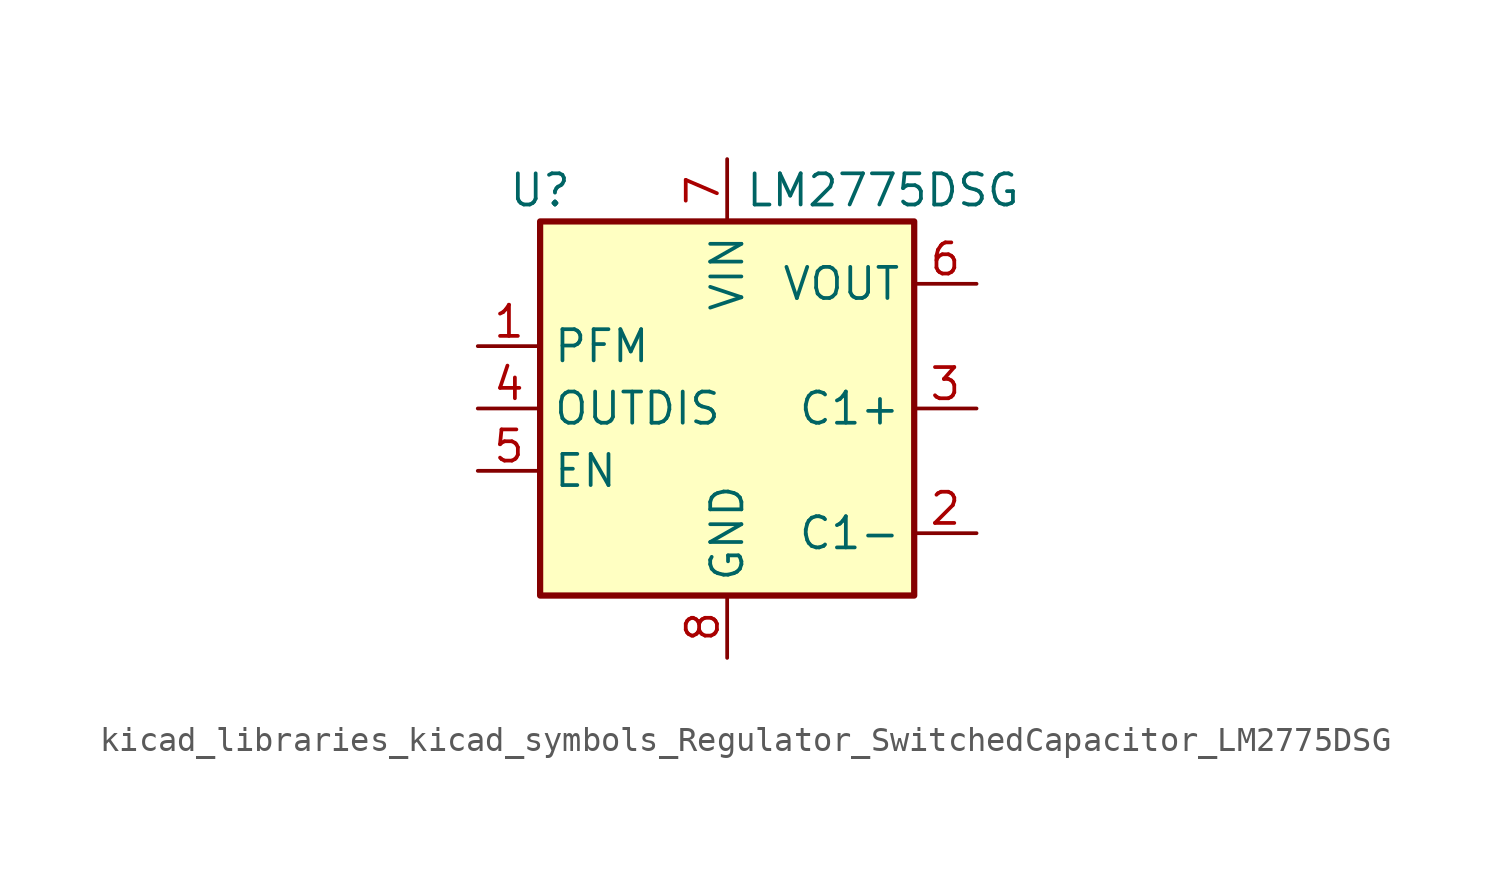
<source format=kicad_sym>
(kicad_symbol_lib
  (version 20220914)
  (generator kicad_symbol_editor)
  (symbol "kicad_libraries_kicad_symbols_Regulator_SwitchedCapacitor_LM2775DSG"
    (property "Reference" "U"
      (at -7.62 8.89 0)
      (effects (font (size 1.27 1.27))))
    (property "Value" "LM2775DSG"
      (at 6.35 8.89 0)
      (effects (font (size 1.27 1.27))))
    (symbol "kicad_libraries_kicad_symbols_Regulator_SwitchedCapacitor_LM2775DSG_0_1"
      (rectangle (start -7.62 7.62) (end 7.62 -7.62) (stroke (width 0.254) (type default)) (fill (type background))))
    (symbol "kicad_libraries_kicad_symbols_Regulator_SwitchedCapacitor_LM2775DSG_1_1"
      (pin input line (at -10.16 2.54 0) (length 2.54) (name "PFM" (effects (font (size 1.27 1.27)))) (number "1" (effects (font (size 1.27 1.27)))))
      (pin passive line (at 10.16 -5.08 180) (length 2.54) (name "C1-" (effects (font (size 1.27 1.27)))) (number "2" (effects (font (size 1.27 1.27)))))
      (pin passive line (at 10.16 0 180) (length 2.54) (name "C1+" (effects (font (size 1.27 1.27)))) (number "3" (effects (font (size 1.27 1.27)))))
      (pin input line (at -10.16 0 0) (length 2.54) (name "OUTDIS" (effects (font (size 1.27 1.27)))) (number "4" (effects (font (size 1.27 1.27)))))
      (pin input line (at -10.16 -2.54 0) (length 2.54) (name "EN" (effects (font (size 1.27 1.27)))) (number "5" (effects (font (size 1.27 1.27)))))
      (pin power_out line (at 10.16 5.08 180) (length 2.54) (name "VOUT" (effects (font (size 1.27 1.27)))) (number "6" (effects (font (size 1.27 1.27)))))
      (pin power_in line (at 0 10.16 270) (length 2.54) (name "VIN" (effects (font (size 1.27 1.27)))) (number "7" (effects (font (size 1.27 1.27)))))
      (pin power_in line (at 0 -10.16 90) (length 2.54) (name "GND" (effects (font (size 1.27 1.27)))) (number "8" (effects (font (size 1.27 1.27)))))
      (pin passive line (at 0 -10.16 90) (length 2.54) hide (name "GND" (effects (font (size 1.27 1.27)))) (number "9" (effects (font (size 1.27 1.27))))))))
</source>
